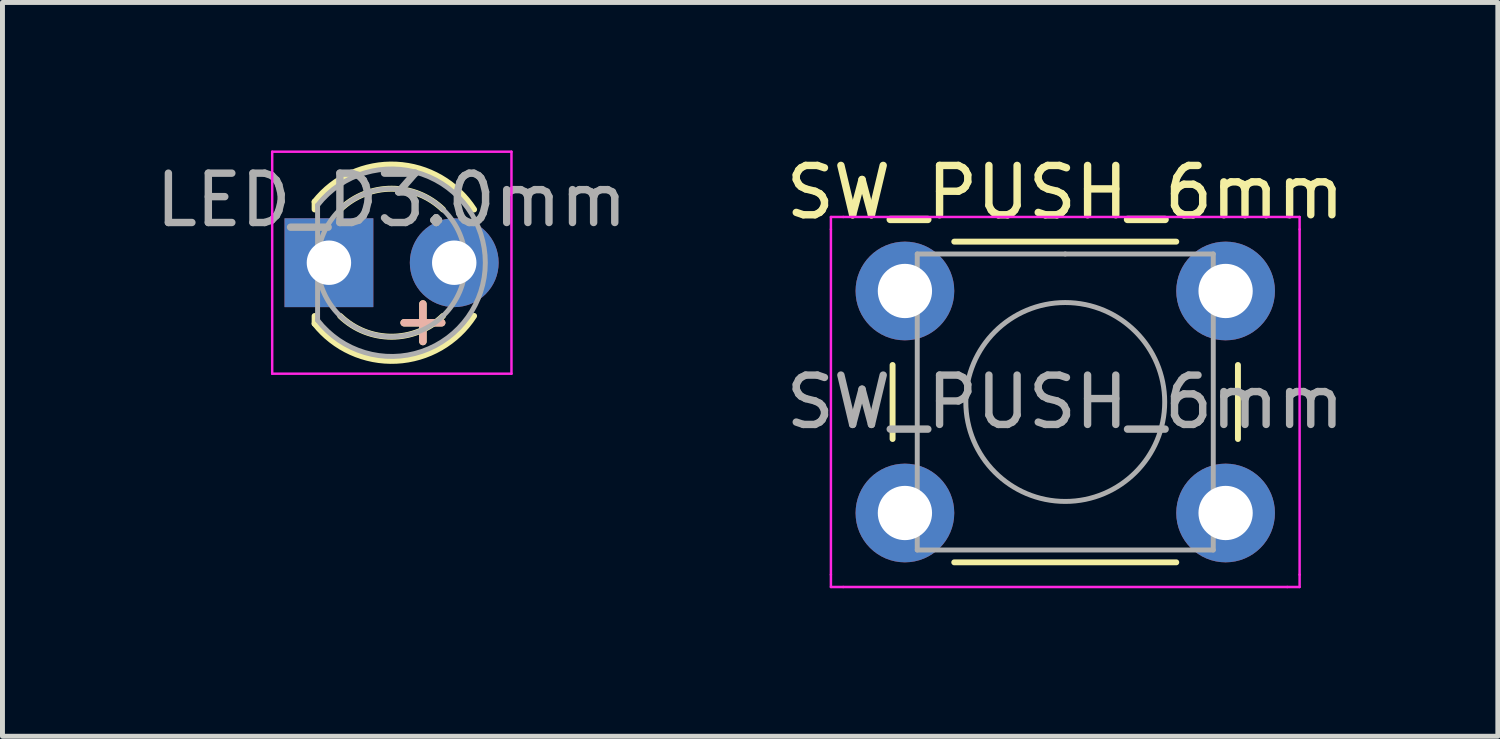
<source format=kicad_pcb>
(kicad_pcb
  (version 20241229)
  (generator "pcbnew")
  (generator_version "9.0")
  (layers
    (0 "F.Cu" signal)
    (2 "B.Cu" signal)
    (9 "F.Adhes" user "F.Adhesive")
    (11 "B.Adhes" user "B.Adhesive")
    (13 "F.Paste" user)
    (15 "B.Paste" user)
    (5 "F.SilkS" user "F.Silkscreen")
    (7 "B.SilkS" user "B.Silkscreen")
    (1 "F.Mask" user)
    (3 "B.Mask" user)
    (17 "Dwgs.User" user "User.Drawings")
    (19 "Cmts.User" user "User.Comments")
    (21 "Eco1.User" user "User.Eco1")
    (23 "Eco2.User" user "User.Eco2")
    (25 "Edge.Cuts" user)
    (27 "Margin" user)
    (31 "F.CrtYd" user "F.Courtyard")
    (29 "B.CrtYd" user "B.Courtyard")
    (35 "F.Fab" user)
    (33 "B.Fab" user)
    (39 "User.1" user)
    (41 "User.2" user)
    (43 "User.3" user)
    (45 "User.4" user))
  (footprint "SW_PUSH_6mm"
    (layer "F.Cu")
    (at 15.292 2.848)
    (property "Reference" "SW_PUSH_6mm" (at 3.25 -2 0) (layer "F.SilkS") (effects (font (size 1 1) (thickness 0.15))))
    (attr through_hole)
    (fp_line (start -0.25 1.5) (end -0.25 3) (stroke (width 0.12) (type solid)) (layer "F.SilkS"))
    (fp_line (start 1 5.5) (end 5.5 5.5) (stroke (width 0.12) (type solid)) (layer "F.SilkS"))
    (fp_line (start 5.5 -1) (end 1 -1) (stroke (width 0.12) (type solid)) (layer "F.SilkS"))
    (fp_line (start 6.75 3) (end 6.75 1.5) (stroke (width 0.12) (type solid)) (layer "F.SilkS"))
    (fp_line (start -1.5 -1.5) (end -1.25 -1.5) (stroke (width 0.05) (type solid)) (layer "F.CrtYd"))
    (fp_line (start -1.5 -1.25) (end -1.5 -1.5) (stroke (width 0.05) (type solid)) (layer "F.CrtYd"))
    (fp_line (start -1.5 5.75) (end -1.5 -1.25) (stroke (width 0.05) (type solid)) (layer "F.CrtYd"))
    (fp_line (start -1.5 5.75) (end -1.5 6) (stroke (width 0.05) (type solid)) (layer "F.CrtYd"))
    (fp_line (start -1.5 6) (end -1.25 6) (stroke (width 0.05) (type solid)) (layer "F.CrtYd"))
    (fp_line (start -1.25 -1.5) (end 7.75 -1.5) (stroke (width 0.05) (type solid)) (layer "F.CrtYd"))
    (fp_line (start 7.75 -1.5) (end 8 -1.5) (stroke (width 0.05) (type solid)) (layer "F.CrtYd"))
    (fp_line (start 7.75 6) (end -1.25 6) (stroke (width 0.05) (type solid)) (layer "F.CrtYd"))
    (fp_line (start 7.75 6) (end 8 6) (stroke (width 0.05) (type solid)) (layer "F.CrtYd"))
    (fp_line (start 8 -1.5) (end 8 -1.25) (stroke (width 0.05) (type solid)) (layer "F.CrtYd"))
    (fp_line (start 8 -1.25) (end 8 5.75) (stroke (width 0.05) (type solid)) (layer "F.CrtYd"))
    (fp_line (start 8 6) (end 8 5.75) (stroke (width 0.05) (type solid)) (layer "F.CrtYd"))
    (fp_line (start 0.25 -0.75) (end 3.25 -0.75) (stroke (width 0.1) (type solid)) (layer "F.Fab"))
    (fp_line (start 0.25 5.25) (end 0.25 -0.75) (stroke (width 0.1) (type solid)) (layer "F.Fab"))
    (fp_line (start 3.25 -0.75) (end 6.25 -0.75) (stroke (width 0.1) (type solid)) (layer "F.Fab"))
    (fp_line (start 6.25 -0.75) (end 6.25 5.25) (stroke (width 0.1) (type solid)) (layer "F.Fab"))
    (fp_line (start 6.25 5.25) (end 0.25 5.25) (stroke (width 0.1) (type solid)) (layer "F.Fab"))
    (fp_circle (center 3.25 2.25) (end 1.25 2.5) (stroke (width 0.1) (type solid)) (fill no) (layer "F.Fab"))
    (fp_text user "${REFERENCE}" (at 3.25 2.25 0) (layer "F.Fab") (effects (font (size 1 1) (thickness 0.15))))
    (pad "1" thru_hole circle (at 0 0 90) (size 2 2) (drill 1.1) (layers "*.Cu" "*.Mask"))
    (pad "1" thru_hole circle (at 6.5 0 90) (size 2 2) (drill 1.1) (layers "*.Cu" "*.Mask"))
    (pad "2" thru_hole circle (at 0 4.5 90) (size 2 2) (drill 1.1) (layers "*.Cu" "*.Mask"))
    (pad "2" thru_hole circle (at 6.5 4.5 90) (size 2 2) (drill 1.1) (layers "*.Cu" "*.Mask")))
  (footprint "LED_D3.0mm"
    (layer "F.Cu")
    (at 3.617 2.275)
    (property "Reference" "LED_D3.0mm" (at 1.27 -1.27 0) (layer "F.Fab") (effects (font (size 1 1) (thickness 0.15))))
    (attr through_hole)
    (fp_line (start -0.29 -1.236) (end -0.29 -1.08) (stroke (width 0.12) (type solid)) (layer "F.SilkS"))
    (fp_line (start -0.29 1.08) (end -0.29 1.236) (stroke (width 0.12) (type solid)) (layer "F.SilkS"))
    (fp_arc (start -0.29 -1.235516) (mid 1.366487 -1.987659) (end 2.942335 -1.078608) (stroke (width 0.12) (type solid)) (layer "F.SilkS"))
    (fp_arc (start 0.229039 -1.08) (mid 1.270117 -1.5) (end 2.31113 -1.079837) (stroke (width 0.12) (type solid)) (layer "F.SilkS"))
    (fp_arc (start 2.31113 1.079837) (mid 1.270117 1.5) (end 0.229039 1.08) (stroke (width 0.12) (type solid)) (layer "F.SilkS"))
    (fp_arc (start 2.942335 1.078608) (mid 1.366487 1.987659) (end -0.29 1.235516) (stroke (width 0.12) (type solid)) (layer "F.SilkS"))
    (fp_line (start -1.15 -2.25) (end -1.15 2.25) (stroke (width 0.05) (type solid)) (layer "F.CrtYd"))
    (fp_line (start -1.15 2.25) (end 3.7 2.25) (stroke (width 0.05) (type solid)) (layer "F.CrtYd"))
    (fp_line (start 3.7 -2.25) (end -1.15 -2.25) (stroke (width 0.05) (type solid)) (layer "F.CrtYd"))
    (fp_line (start 3.7 2.25) (end 3.7 -2.25) (stroke (width 0.05) (type solid)) (layer "F.CrtYd"))
    (fp_line (start -0.23 -1.166) (end -0.23 1.166) (stroke (width 0.1) (type solid)) (layer "F.Fab"))
    (fp_arc (start -0.23 -1.16619) (mid 3.17 0.000452) (end -0.230555 1.165476) (stroke (width 0.1) (type solid)) (layer "F.Fab"))
    (fp_circle (center 1.27 0) (end 2.77 0) (stroke (width 0.1) (type solid)) (fill no) (layer "F.Fab"))
    (fp_text user "+" (at 1.905 1.143 0) (layer "F.SilkS") (effects (font (size 1 1) (thickness 0.15))))
    (fp_text user "+" (at 1.905 1.143 0) (layer "B.SilkS") (effects (font (size 1 1) (thickness 0.15)) (justify mirror)))
    (pad "1" thru_hole rect (at 0 0) (size 1.8 1.8) (drill 0.9) (layers "*.Cu" "*.Mask"))
    (pad "2" thru_hole circle (at 2.54 0) (size 1.8 1.8) (drill 0.9) (layers "*.Cu" "*.Mask")))
  (gr_rect
    (start -3 -3)
    (end 27.31 11.873)
    (stroke (width 0.1) (type default))
    (fill no)
    (layer "Edge.Cuts")))
</source>
